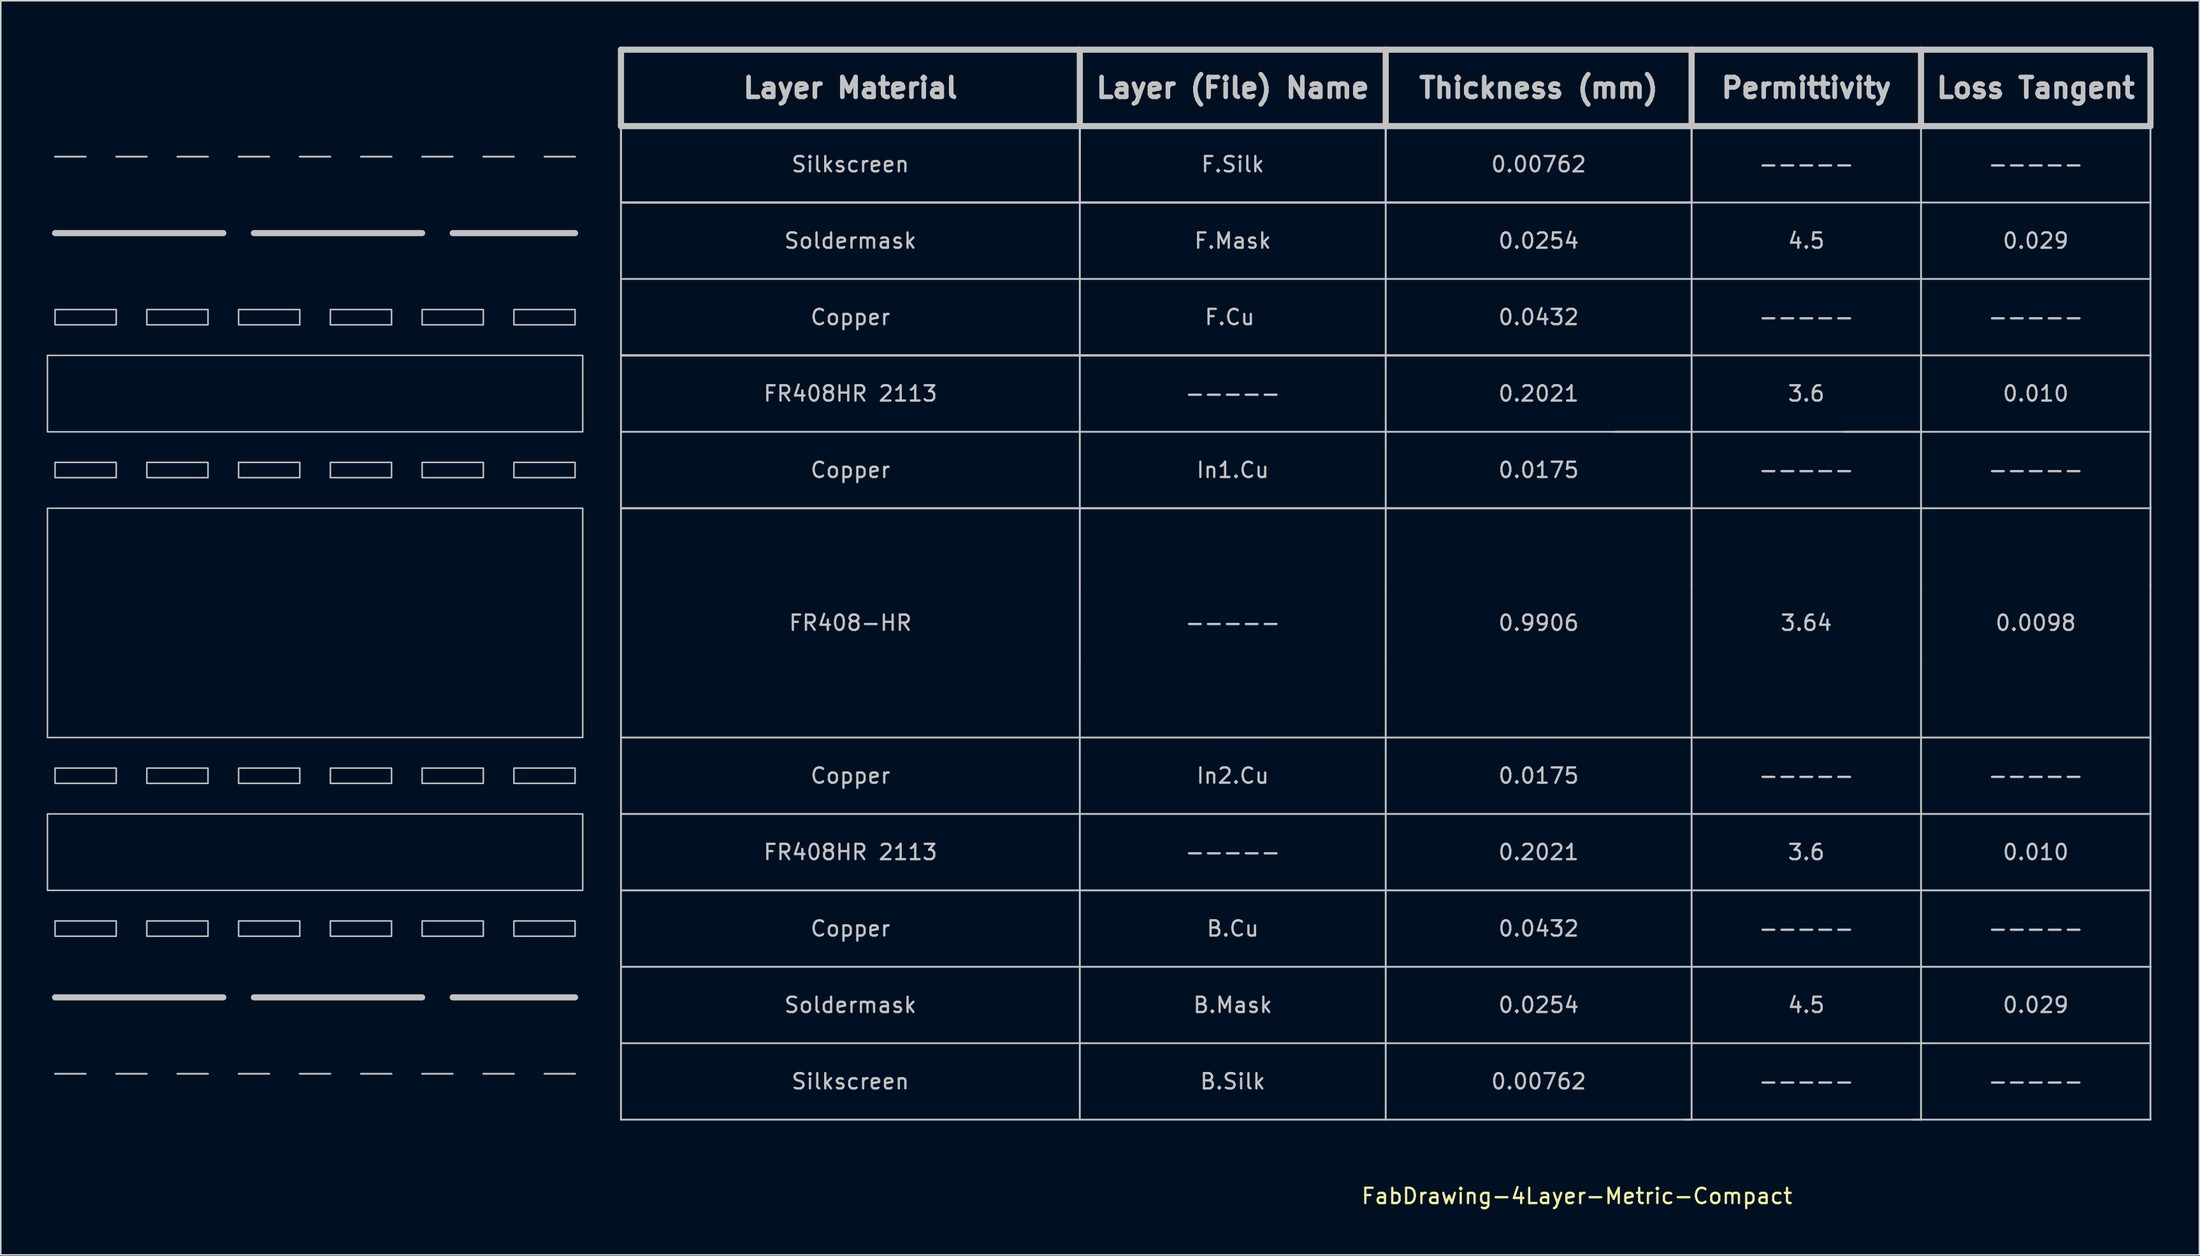
<source format=kicad_pcb>
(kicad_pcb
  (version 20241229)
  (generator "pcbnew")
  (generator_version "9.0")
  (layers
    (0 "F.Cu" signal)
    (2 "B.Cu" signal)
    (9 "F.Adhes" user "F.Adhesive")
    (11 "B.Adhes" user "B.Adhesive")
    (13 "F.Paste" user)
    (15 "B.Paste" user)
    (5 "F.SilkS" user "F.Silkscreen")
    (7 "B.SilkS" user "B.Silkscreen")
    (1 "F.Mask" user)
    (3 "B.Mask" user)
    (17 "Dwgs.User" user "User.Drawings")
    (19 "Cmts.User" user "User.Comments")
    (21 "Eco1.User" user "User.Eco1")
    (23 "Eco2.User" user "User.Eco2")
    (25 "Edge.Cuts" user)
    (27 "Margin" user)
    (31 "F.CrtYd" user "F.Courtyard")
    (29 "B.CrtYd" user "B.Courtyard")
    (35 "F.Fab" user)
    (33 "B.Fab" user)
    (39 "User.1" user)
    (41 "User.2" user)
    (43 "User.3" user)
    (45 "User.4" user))
  (footprint "FabDrawing-4Layer-Metric-Compact"
    (layer "F.Cu")
    (at 37.55 5.2)
    (property "Reference" "FabDrawing-4Layer-Metric-Compact" (at 62.5 70 0) (layer "F.SilkS") (effects (font (size 1 1) (thickness 0.15))))
    (attr through_hole)
    (fp_line (start -37 7) (end -26 7) (stroke (width 0.4) (type solid)) (layer "Dwgs.User"))
    (fp_line (start -37 57) (end -26 57) (stroke (width 0.4) (type solid)) (layer "Dwgs.User"))
    (fp_line (start -35 2) (end -37 2) (stroke (width 0.12) (type solid)) (layer "Dwgs.User"))
    (fp_line (start -35 62) (end -37 62) (stroke (width 0.12) (type solid)) (layer "Dwgs.User"))
    (fp_line (start -31 2) (end -33 2) (stroke (width 0.12) (type solid)) (layer "Dwgs.User"))
    (fp_line (start -31 62) (end -33 62) (stroke (width 0.12) (type solid)) (layer "Dwgs.User"))
    (fp_line (start -27 2) (end -29 2) (stroke (width 0.12) (type solid)) (layer "Dwgs.User"))
    (fp_line (start -27 62) (end -29 62) (stroke (width 0.12) (type solid)) (layer "Dwgs.User"))
    (fp_line (start -24 7) (end -13 7) (stroke (width 0.4) (type solid)) (layer "Dwgs.User"))
    (fp_line (start -24 57) (end -13 57) (stroke (width 0.4) (type solid)) (layer "Dwgs.User"))
    (fp_line (start -23 2) (end -25 2) (stroke (width 0.12) (type solid)) (layer "Dwgs.User"))
    (fp_line (start -23 62) (end -25 62) (stroke (width 0.12) (type solid)) (layer "Dwgs.User"))
    (fp_line (start -19 2) (end -21 2) (stroke (width 0.12) (type solid)) (layer "Dwgs.User"))
    (fp_line (start -19 62) (end -21 62) (stroke (width 0.12) (type solid)) (layer "Dwgs.User"))
    (fp_line (start -15 2) (end -17 2) (stroke (width 0.12) (type solid)) (layer "Dwgs.User"))
    (fp_line (start -15 62) (end -17 62) (stroke (width 0.12) (type solid)) (layer "Dwgs.User"))
    (fp_line (start -11 2) (end -13 2) (stroke (width 0.12) (type solid)) (layer "Dwgs.User"))
    (fp_line (start -11 7) (end -3 7) (stroke (width 0.4) (type solid)) (layer "Dwgs.User"))
    (fp_line (start -11 57) (end -3 57) (stroke (width 0.4) (type solid)) (layer "Dwgs.User"))
    (fp_line (start -11 62) (end -13 62) (stroke (width 0.12) (type solid)) (layer "Dwgs.User"))
    (fp_line (start -7 2) (end -9 2) (stroke (width 0.12) (type solid)) (layer "Dwgs.User"))
    (fp_line (start -7 62) (end -9 62) (stroke (width 0.12) (type solid)) (layer "Dwgs.User"))
    (fp_line (start -3 2) (end -5 2) (stroke (width 0.12) (type solid)) (layer "Dwgs.User"))
    (fp_line (start -3 62) (end -5 62) (stroke (width 0.12) (type solid)) (layer "Dwgs.User"))
    (fp_line (start 0 -5) (end 30 -5) (stroke (width 0.4) (type solid)) (layer "Dwgs.User"))
    (fp_line (start 0 0) (end 0 -5) (stroke (width 0.4) (type solid)) (layer "Dwgs.User"))
    (fp_line (start 0 0) (end 0 5) (stroke (width 0.12) (type solid)) (layer "Dwgs.User"))
    (fp_line (start 0 0) (end 0 5) (stroke (width 0.12) (type solid)) (layer "Dwgs.User"))
    (fp_line (start 0 0) (end 0 5) (stroke (width 0.12) (type solid)) (layer "Dwgs.User"))
    (fp_line (start 0 0) (end 30 0) (stroke (width 0.12) (type solid)) (layer "Dwgs.User"))
    (fp_line (start 0 0) (end 30 0) (stroke (width 0.12) (type solid)) (layer "Dwgs.User"))
    (fp_line (start 0 0) (end 30 0) (stroke (width 0.12) (type solid)) (layer "Dwgs.User"))
    (fp_line (start 0 5) (end 0 10) (stroke (width 0.12) (type solid)) (layer "Dwgs.User"))
    (fp_line (start 0 5) (end 30 5) (stroke (width 0.12) (type solid)) (layer "Dwgs.User"))
    (fp_line (start 0 5) (end 30 5) (stroke (width 0.12) (type solid)) (layer "Dwgs.User"))
    (fp_line (start 0 5) (end 30 5) (stroke (width 0.12) (type solid)) (layer "Dwgs.User"))
    (fp_line (start 0 10) (end 0 15) (stroke (width 0.12) (type solid)) (layer "Dwgs.User"))
    (fp_line (start 0 10) (end 30 10) (stroke (width 0.12) (type solid)) (layer "Dwgs.User"))
    (fp_line (start 0 15) (end 0 20) (stroke (width 0.12) (type solid)) (layer "Dwgs.User"))
    (fp_line (start 0 15) (end 30 15) (stroke (width 0.12) (type solid)) (layer "Dwgs.User"))
    (fp_line (start 0 15) (end 30 15) (stroke (width 0.12) (type solid)) (layer "Dwgs.User"))
    (fp_line (start 0 15) (end 30 15) (stroke (width 0.12) (type solid)) (layer "Dwgs.User"))
    (fp_line (start 0 20) (end 0 25) (stroke (width 0.12) (type solid)) (layer "Dwgs.User"))
    (fp_line (start 0 20) (end 30 20) (stroke (width 0.12) (type solid)) (layer "Dwgs.User"))
    (fp_line (start 0 25) (end 0 30) (stroke (width 0.12) (type solid)) (layer "Dwgs.User"))
    (fp_line (start 0 25) (end 30 25) (stroke (width 0.12) (type solid)) (layer "Dwgs.User"))
    (fp_line (start 0 25) (end 30 25) (stroke (width 0.12) (type solid)) (layer "Dwgs.User"))
    (fp_line (start 0 30) (end 0 35) (stroke (width 0.12) (type solid)) (layer "Dwgs.User"))
    (fp_line (start 0 35) (end 0 40) (stroke (width 0.12) (type solid)) (layer "Dwgs.User"))
    (fp_line (start 0 40) (end 0 45) (stroke (width 0.12) (type solid)) (layer "Dwgs.User"))
    (fp_line (start 0 40) (end 30 40) (stroke (width 0.12) (type solid)) (layer "Dwgs.User"))
    (fp_line (start 0 45) (end 0 50) (stroke (width 0.12) (type solid)) (layer "Dwgs.User"))
    (fp_line (start 0 45) (end 30 45) (stroke (width 0.12) (type solid)) (layer "Dwgs.User"))
    (fp_line (start 0 50) (end 0 55) (stroke (width 0.12) (type solid)) (layer "Dwgs.User"))
    (fp_line (start 0 50) (end 30 50) (stroke (width 0.12) (type solid)) (layer "Dwgs.User"))
    (fp_line (start 0 55) (end 0 60) (stroke (width 0.12) (type solid)) (layer "Dwgs.User"))
    (fp_line (start 0 55) (end 30 55) (stroke (width 0.12) (type solid)) (layer "Dwgs.User"))
    (fp_line (start 0 60) (end 0 65) (stroke (width 0.12) (type solid)) (layer "Dwgs.User"))
    (fp_line (start 0 60) (end 30 60) (stroke (width 0.12) (type solid)) (layer "Dwgs.User"))
    (fp_line (start 0 65) (end 30 65) (stroke (width 0.12) (type solid)) (layer "Dwgs.User"))
    (fp_line (start 30 -5) (end 30 0) (stroke (width 0.4) (type solid)) (layer "Dwgs.User"))
    (fp_line (start 30 0) (end 0 0) (stroke (width 0.4) (type solid)) (layer "Dwgs.User"))
    (fp_line (start 30 0) (end 30 5) (stroke (width 0.12) (type solid)) (layer "Dwgs.User"))
    (fp_line (start 30 0) (end 30 5) (stroke (width 0.12) (type solid)) (layer "Dwgs.User"))
    (fp_line (start 30 0) (end 30 5) (stroke (width 0.12) (type solid)) (layer "Dwgs.User"))
    (fp_line (start 30 0) (end 50 0) (stroke (width 0.12) (type solid)) (layer "Dwgs.User"))
    (fp_line (start 30 0) (end 50 0) (stroke (width 0.12) (type solid)) (layer "Dwgs.User"))
    (fp_line (start 30 0) (end 50 0) (stroke (width 0.12) (type solid)) (layer "Dwgs.User"))
    (fp_line (start 30 0) (end 50 0) (stroke (width 0.4) (type solid)) (layer "Dwgs.User"))
    (fp_line (start 30 5) (end 30 10) (stroke (width 0.12) (type solid)) (layer "Dwgs.User"))
    (fp_line (start 30 10) (end 30 15) (stroke (width 0.12) (type solid)) (layer "Dwgs.User"))
    (fp_line (start 30 10) (end 50 10) (stroke (width 0.12) (type solid)) (layer "Dwgs.User"))
    (fp_line (start 30 15) (end 30 20) (stroke (width 0.12) (type solid)) (layer "Dwgs.User"))
    (fp_line (start 30 20) (end 30 25) (stroke (width 0.12) (type solid)) (layer "Dwgs.User"))
    (fp_line (start 30 20) (end 50 20) (stroke (width 0.12) (type solid)) (layer "Dwgs.User"))
    (fp_line (start 30 25) (end 50 25) (stroke (width 0.12) (type solid)) (layer "Dwgs.User"))
    (fp_line (start 30 30) (end 30 25) (stroke (width 0.12) (type solid)) (layer "Dwgs.User"))
    (fp_line (start 30 35) (end 30 30) (stroke (width 0.12) (type solid)) (layer "Dwgs.User"))
    (fp_line (start 30 40) (end 30 35) (stroke (width 0.12) (type solid)) (layer "Dwgs.User"))
    (fp_line (start 30 40) (end 30 45) (stroke (width 0.12) (type solid)) (layer "Dwgs.User"))
    (fp_line (start 30 40) (end 50 40) (stroke (width 0.12) (type solid)) (layer "Dwgs.User"))
    (fp_line (start 30 45) (end 50 45) (stroke (width 0.12) (type solid)) (layer "Dwgs.User"))
    (fp_line (start 30 50) (end 30 45) (stroke (width 0.12) (type solid)) (layer "Dwgs.User"))
    (fp_line (start 30 50) (end 50 50) (stroke (width 0.12) (type solid)) (layer "Dwgs.User"))
    (fp_line (start 30 55) (end 30 50) (stroke (width 0.12) (type solid)) (layer "Dwgs.User"))
    (fp_line (start 30 60) (end 30 55) (stroke (width 0.12) (type solid)) (layer "Dwgs.User"))
    (fp_line (start 30 60) (end 50 60) (stroke (width 0.12) (type solid)) (layer "Dwgs.User"))
    (fp_line (start 30 65) (end 30 60) (stroke (width 0.12) (type solid)) (layer "Dwgs.User"))
    (fp_line (start 30 65) (end 50 65) (stroke (width 0.12) (type solid)) (layer "Dwgs.User"))
    (fp_line (start 50 -5) (end 30 -5) (stroke (width 0.4) (type solid)) (layer "Dwgs.User"))
    (fp_line (start 50 -5) (end 70 -5) (stroke (width 0.4) (type solid)) (layer "Dwgs.User"))
    (fp_line (start 50 0) (end 50 -5) (stroke (width 0.4) (type solid)) (layer "Dwgs.User"))
    (fp_line (start 50 0) (end 50 5) (stroke (width 0.12) (type solid)) (layer "Dwgs.User"))
    (fp_line (start 50 0) (end 50 5) (stroke (width 0.12) (type solid)) (layer "Dwgs.User"))
    (fp_line (start 50 0) (end 50 5) (stroke (width 0.12) (type solid)) (layer "Dwgs.User"))
    (fp_line (start 50 5) (end 30 5) (stroke (width 0.12) (type solid)) (layer "Dwgs.User"))
    (fp_line (start 50 5) (end 30 5) (stroke (width 0.12) (type solid)) (layer "Dwgs.User"))
    (fp_line (start 50 5) (end 30 5) (stroke (width 0.12) (type solid)) (layer "Dwgs.User"))
    (fp_line (start 50 5) (end 50 10) (stroke (width 0.12) (type solid)) (layer "Dwgs.User"))
    (fp_line (start 50 5) (end 70 5) (stroke (width 0.12) (type solid)) (layer "Dwgs.User"))
    (fp_line (start 50 5) (end 70 5) (stroke (width 0.12) (type solid)) (layer "Dwgs.User"))
    (fp_line (start 50 5) (end 70 5) (stroke (width 0.12) (type solid)) (layer "Dwgs.User"))
    (fp_line (start 50 10) (end 50 15) (stroke (width 0.12) (type solid)) (layer "Dwgs.User"))
    (fp_line (start 50 15) (end 30 15) (stroke (width 0.12) (type solid)) (layer "Dwgs.User"))
    (fp_line (start 50 15) (end 30 15) (stroke (width 0.12) (type solid)) (layer "Dwgs.User"))
    (fp_line (start 50 15) (end 30 15) (stroke (width 0.12) (type solid)) (layer "Dwgs.User"))
    (fp_line (start 50 15) (end 50 20) (stroke (width 0.12) (type solid)) (layer "Dwgs.User"))
    (fp_line (start 50 15) (end 70 15) (stroke (width 0.12) (type solid)) (layer "Dwgs.User"))
    (fp_line (start 50 15) (end 70 15) (stroke (width 0.12) (type solid)) (layer "Dwgs.User"))
    (fp_line (start 50 15) (end 70 15) (stroke (width 0.12) (type solid)) (layer "Dwgs.User"))
    (fp_line (start 50 20) (end 70 20) (stroke (width 0.12) (type solid)) (layer "Dwgs.User"))
    (fp_line (start 50 25) (end 30 25) (stroke (width 0.12) (type solid)) (layer "Dwgs.User"))
    (fp_line (start 50 25) (end 50 20) (stroke (width 0.12) (type solid)) (layer "Dwgs.User"))
    (fp_line (start 50 25) (end 70 25) (stroke (width 0.12) (type solid)) (layer "Dwgs.User"))
    (fp_line (start 50 25) (end 70 25) (stroke (width 0.12) (type solid)) (layer "Dwgs.User"))
    (fp_line (start 50 30) (end 50 25) (stroke (width 0.12) (type solid)) (layer "Dwgs.User"))
    (fp_line (start 50 35) (end 50 30) (stroke (width 0.12) (type solid)) (layer "Dwgs.User"))
    (fp_line (start 50 35) (end 50 40) (stroke (width 0.12) (type solid)) (layer "Dwgs.User"))
    (fp_line (start 50 40) (end 70 40) (stroke (width 0.12) (type solid)) (layer "Dwgs.User"))
    (fp_line (start 50 45) (end 50 40) (stroke (width 0.12) (type solid)) (layer "Dwgs.User"))
    (fp_line (start 50 45) (end 50 50) (stroke (width 0.12) (type solid)) (layer "Dwgs.User"))
    (fp_line (start 50 45) (end 70 45) (stroke (width 0.12) (type solid)) (layer "Dwgs.User"))
    (fp_line (start 50 50) (end 50 55) (stroke (width 0.12) (type solid)) (layer "Dwgs.User"))
    (fp_line (start 50 50) (end 70 50) (stroke (width 0.12) (type solid)) (layer "Dwgs.User"))
    (fp_line (start 50 55) (end 30 55) (stroke (width 0.12) (type solid)) (layer "Dwgs.User"))
    (fp_line (start 50 60) (end 50 55) (stroke (width 0.12) (type solid)) (layer "Dwgs.User"))
    (fp_line (start 50 60) (end 70 60) (stroke (width 0.12) (type solid)) (layer "Dwgs.User"))
    (fp_line (start 50 65) (end 50 60) (stroke (width 0.12) (type solid)) (layer "Dwgs.User"))
    (fp_line (start 50 65) (end 70 65) (stroke (width 0.12) (type solid)) (layer "Dwgs.User"))
    (fp_line (start 65 20) (end 85 20) (stroke (width 0.12) (type solid)) (layer "Dwgs.User"))
    (fp_line (start 69.5 65) (end 85 65) (stroke (width 0.12) (type solid)) (layer "Dwgs.User"))
    (fp_line (start 70 -5) (end 70 0) (stroke (width 0.4) (type solid)) (layer "Dwgs.User"))
    (fp_line (start 70 0) (end 50 0) (stroke (width 0.12) (type solid)) (layer "Dwgs.User"))
    (fp_line (start 70 0) (end 50 0) (stroke (width 0.12) (type solid)) (layer "Dwgs.User"))
    (fp_line (start 70 0) (end 50 0) (stroke (width 0.12) (type solid)) (layer "Dwgs.User"))
    (fp_line (start 70 0) (end 50 0) (stroke (width 0.4) (type solid)) (layer "Dwgs.User"))
    (fp_line (start 70 0) (end 70 5) (stroke (width 0.12) (type solid)) (layer "Dwgs.User"))
    (fp_line (start 70 0) (end 70 5) (stroke (width 0.12) (type solid)) (layer "Dwgs.User"))
    (fp_line (start 70 0) (end 70 5) (stroke (width 0.12) (type solid)) (layer "Dwgs.User"))
    (fp_line (start 70 0) (end 85 0) (stroke (width 0.4) (type solid)) (layer "Dwgs.User"))
    (fp_line (start 70 5) (end 70 10) (stroke (width 0.12) (type solid)) (layer "Dwgs.User"))
    (fp_line (start 70 5) (end 85 5) (stroke (width 0.12) (type solid)) (layer "Dwgs.User"))
    (fp_line (start 70 10) (end 50 10) (stroke (width 0.12) (type solid)) (layer "Dwgs.User"))
    (fp_line (start 70 10) (end 70 15) (stroke (width 0.12) (type solid)) (layer "Dwgs.User"))
    (fp_line (start 70 10) (end 85 10) (stroke (width 0.12) (type solid)) (layer "Dwgs.User"))
    (fp_line (start 70 15) (end 70 20) (stroke (width 0.12) (type solid)) (layer "Dwgs.User"))
    (fp_line (start 70 15) (end 85 15) (stroke (width 0.12) (type solid)) (layer "Dwgs.User"))
    (fp_line (start 70 25) (end 70 20) (stroke (width 0.12) (type solid)) (layer "Dwgs.User"))
    (fp_line (start 70 25) (end 85 25) (stroke (width 0.12) (type solid)) (layer "Dwgs.User"))
    (fp_line (start 70 30) (end 70 25) (stroke (width 0.12) (type solid)) (layer "Dwgs.User"))
    (fp_line (start 70 35) (end 70 30) (stroke (width 0.12) (type solid)) (layer "Dwgs.User"))
    (fp_line (start 70 40) (end 70 35) (stroke (width 0.12) (type solid)) (layer "Dwgs.User"))
    (fp_line (start 70 40) (end 85 40) (stroke (width 0.12) (type solid)) (layer "Dwgs.User"))
    (fp_line (start 70 45) (end 70 40) (stroke (width 0.12) (type solid)) (layer "Dwgs.User"))
    (fp_line (start 70 45) (end 85 45) (stroke (width 0.12) (type solid)) (layer "Dwgs.User"))
    (fp_line (start 70 50) (end 70 45) (stroke (width 0.12) (type solid)) (layer "Dwgs.User"))
    (fp_line (start 70 50) (end 70 55) (stroke (width 0.12) (type solid)) (layer "Dwgs.User"))
    (fp_line (start 70 50) (end 85 50) (stroke (width 0.12) (type solid)) (layer "Dwgs.User"))
    (fp_line (start 70 55) (end 50 55) (stroke (width 0.12) (type solid)) (layer "Dwgs.User"))
    (fp_line (start 70 60) (end 70 55) (stroke (width 0.12) (type solid)) (layer "Dwgs.User"))
    (fp_line (start 70 60) (end 85 60) (stroke (width 0.12) (type solid)) (layer "Dwgs.User"))
    (fp_line (start 70 65) (end 70 60) (stroke (width 0.12) (type solid)) (layer "Dwgs.User"))
    (fp_line (start 80 20) (end 100 20) (stroke (width 0.12) (type solid)) (layer "Dwgs.User"))
    (fp_line (start 84.5 65) (end 100 65) (stroke (width 0.12) (type solid)) (layer "Dwgs.User"))
    (fp_line (start 85 -5) (end 70 -5) (stroke (width 0.4) (type solid)) (layer "Dwgs.User"))
    (fp_line (start 85 0) (end 85 -5) (stroke (width 0.4) (type solid)) (layer "Dwgs.User"))
    (fp_line (start 85 0) (end 85 5) (stroke (width 0.12) (type solid)) (layer "Dwgs.User"))
    (fp_line (start 85 0) (end 100 0) (stroke (width 0.4) (type solid)) (layer "Dwgs.User"))
    (fp_line (start 85 5) (end 85 10) (stroke (width 0.12) (type solid)) (layer "Dwgs.User"))
    (fp_line (start 85 5) (end 100 5) (stroke (width 0.12) (type solid)) (layer "Dwgs.User"))
    (fp_line (start 85 10) (end 85 15) (stroke (width 0.12) (type solid)) (layer "Dwgs.User"))
    (fp_line (start 85 10) (end 100 10) (stroke (width 0.12) (type solid)) (layer "Dwgs.User"))
    (fp_line (start 85 15) (end 85 20) (stroke (width 0.12) (type solid)) (layer "Dwgs.User"))
    (fp_line (start 85 15) (end 100 15) (stroke (width 0.12) (type solid)) (layer "Dwgs.User"))
    (fp_line (start 85 25) (end 85 20) (stroke (width 0.12) (type solid)) (layer "Dwgs.User"))
    (fp_line (start 85 25) (end 100 25) (stroke (width 0.12) (type solid)) (layer "Dwgs.User"))
    (fp_line (start 85 30) (end 85 25) (stroke (width 0.12) (type solid)) (layer "Dwgs.User"))
    (fp_line (start 85 35) (end 85 30) (stroke (width 0.12) (type solid)) (layer "Dwgs.User"))
    (fp_line (start 85 40) (end 85 35) (stroke (width 0.12) (type solid)) (layer "Dwgs.User"))
    (fp_line (start 85 40) (end 85 45) (stroke (width 0.12) (type solid)) (layer "Dwgs.User"))
    (fp_line (start 85 40) (end 100 40) (stroke (width 0.12) (type solid)) (layer "Dwgs.User"))
    (fp_line (start 85 45) (end 100 45) (stroke (width 0.12) (type solid)) (layer "Dwgs.User"))
    (fp_line (start 85 50) (end 85 45) (stroke (width 0.12) (type solid)) (layer "Dwgs.User"))
    (fp_line (start 85 50) (end 85 55) (stroke (width 0.12) (type solid)) (layer "Dwgs.User"))
    (fp_line (start 85 50) (end 100 50) (stroke (width 0.12) (type solid)) (layer "Dwgs.User"))
    (fp_line (start 85 55) (end 70 55) (stroke (width 0.12) (type solid)) (layer "Dwgs.User"))
    (fp_line (start 85 60) (end 85 55) (stroke (width 0.12) (type solid)) (layer "Dwgs.User"))
    (fp_line (start 85 60) (end 100 60) (stroke (width 0.12) (type solid)) (layer "Dwgs.User"))
    (fp_line (start 85 65) (end 85 60) (stroke (width 0.12) (type solid)) (layer "Dwgs.User"))
    (fp_line (start 100 -5) (end 85 -5) (stroke (width 0.4) (type solid)) (layer "Dwgs.User"))
    (fp_line (start 100 0) (end 100 -5) (stroke (width 0.4) (type solid)) (layer "Dwgs.User"))
    (fp_line (start 100 0) (end 100 5) (stroke (width 0.12) (type solid)) (layer "Dwgs.User"))
    (fp_line (start 100 5) (end 100 10) (stroke (width 0.12) (type solid)) (layer "Dwgs.User"))
    (fp_line (start 100 10) (end 100 15) (stroke (width 0.12) (type solid)) (layer "Dwgs.User"))
    (fp_line (start 100 15) (end 100 20) (stroke (width 0.12) (type solid)) (layer "Dwgs.User"))
    (fp_line (start 100 25) (end 100 20) (stroke (width 0.12) (type solid)) (layer "Dwgs.User"))
    (fp_line (start 100 30) (end 100 25) (stroke (width 0.12) (type solid)) (layer "Dwgs.User"))
    (fp_line (start 100 35) (end 100 30) (stroke (width 0.12) (type solid)) (layer "Dwgs.User"))
    (fp_line (start 100 40) (end 100 35) (stroke (width 0.12) (type solid)) (layer "Dwgs.User"))
    (fp_line (start 100 40) (end 100 45) (stroke (width 0.12) (type solid)) (layer "Dwgs.User"))
    (fp_line (start 100 50) (end 100 45) (stroke (width 0.12) (type solid)) (layer "Dwgs.User"))
    (fp_line (start 100 50) (end 100 55) (stroke (width 0.12) (type solid)) (layer "Dwgs.User"))
    (fp_line (start 100 55) (end 85 55) (stroke (width 0.12) (type solid)) (layer "Dwgs.User"))
    (fp_line (start 100 60) (end 100 55) (stroke (width 0.12) (type solid)) (layer "Dwgs.User"))
    (fp_line (start 100 65) (end 100 60) (stroke (width 0.12) (type solid)) (layer "Dwgs.User"))
    (fp_poly (pts (xy -33 13) (xy -37 13) (xy -37 12) (xy -33 12)) (stroke (width 0.1) (type solid)) (fill no) (layer "Dwgs.User"))
    (fp_poly (pts (xy -33 23) (xy -37 23) (xy -37 22) (xy -33 22)) (stroke (width 0.1) (type solid)) (fill no) (layer "Dwgs.User"))
    (fp_poly (pts (xy -33 43) (xy -37 43) (xy -37 42) (xy -33 42)) (stroke (width 0.1) (type solid)) (fill no) (layer "Dwgs.User"))
    (fp_poly (pts (xy -33 53) (xy -37 53) (xy -37 52) (xy -33 52)) (stroke (width 0.1) (type solid)) (fill no) (layer "Dwgs.User"))
    (fp_poly (pts (xy -27 13) (xy -31 13) (xy -31 12) (xy -27 12)) (stroke (width 0.1) (type solid)) (fill no) (layer "Dwgs.User"))
    (fp_poly (pts (xy -27 23) (xy -31 23) (xy -31 22) (xy -27 22)) (stroke (width 0.1) (type solid)) (fill no) (layer "Dwgs.User"))
    (fp_poly (pts (xy -27 43) (xy -31 43) (xy -31 42) (xy -27 42)) (stroke (width 0.1) (type solid)) (fill no) (layer "Dwgs.User"))
    (fp_poly (pts (xy -27 53) (xy -31 53) (xy -31 52) (xy -27 52)) (stroke (width 0.1) (type solid)) (fill no) (layer "Dwgs.User"))
    (fp_poly (pts (xy -21 13) (xy -25 13) (xy -25 12) (xy -21 12)) (stroke (width 0.1) (type solid)) (fill no) (layer "Dwgs.User"))
    (fp_poly (pts (xy -21 23) (xy -25 23) (xy -25 22) (xy -21 22)) (stroke (width 0.1) (type solid)) (fill no) (layer "Dwgs.User"))
    (fp_poly (pts (xy -21 43) (xy -25 43) (xy -25 42) (xy -21 42)) (stroke (width 0.1) (type solid)) (fill no) (layer "Dwgs.User"))
    (fp_poly (pts (xy -21 53) (xy -25 53) (xy -25 52) (xy -21 52)) (stroke (width 0.1) (type solid)) (fill no) (layer "Dwgs.User"))
    (fp_poly (pts (xy -15 13) (xy -19 13) (xy -19 12) (xy -15 12)) (stroke (width 0.1) (type solid)) (fill no) (layer "Dwgs.User"))
    (fp_poly (pts (xy -15 23) (xy -19 23) (xy -19 22) (xy -15 22)) (stroke (width 0.1) (type solid)) (fill no) (layer "Dwgs.User"))
    (fp_poly (pts (xy -15 43) (xy -19 43) (xy -19 42) (xy -15 42)) (stroke (width 0.1) (type solid)) (fill no) (layer "Dwgs.User"))
    (fp_poly (pts (xy -15 53) (xy -19 53) (xy -19 52) (xy -15 52)) (stroke (width 0.1) (type solid)) (fill no) (layer "Dwgs.User"))
    (fp_poly (pts (xy -9 13) (xy -13 13) (xy -13 12) (xy -9 12)) (stroke (width 0.1) (type solid)) (fill no) (layer "Dwgs.User"))
    (fp_poly (pts (xy -9 23) (xy -13 23) (xy -13 22) (xy -9 22)) (stroke (width 0.1) (type solid)) (fill no) (layer "Dwgs.User"))
    (fp_poly (pts (xy -9 43) (xy -13 43) (xy -13 42) (xy -9 42)) (stroke (width 0.1) (type solid)) (fill no) (layer "Dwgs.User"))
    (fp_poly (pts (xy -9 53) (xy -13 53) (xy -13 52) (xy -9 52)) (stroke (width 0.1) (type solid)) (fill no) (layer "Dwgs.User"))
    (fp_poly (pts (xy -3 13) (xy -7 13) (xy -7 12) (xy -3 12)) (stroke (width 0.1) (type solid)) (fill no) (layer "Dwgs.User"))
    (fp_poly (pts (xy -3 23) (xy -7 23) (xy -7 22) (xy -3 22)) (stroke (width 0.1) (type solid)) (fill no) (layer "Dwgs.User"))
    (fp_poly (pts (xy -3 43) (xy -7 43) (xy -7 42) (xy -3 42)) (stroke (width 0.1) (type solid)) (fill no) (layer "Dwgs.User"))
    (fp_poly (pts (xy -3 53) (xy -7 53) (xy -7 52) (xy -3 52)) (stroke (width 0.1) (type solid)) (fill no) (layer "Dwgs.User"))
    (fp_poly (pts (xy -2.5 20) (xy -37.5 20) (xy -37.5 15) (xy -2.5 15)) (stroke (width 0.1) (type solid)) (fill no) (layer "Dwgs.User"))
    (fp_poly (pts (xy -2.5 40) (xy -37.5 40) (xy -37.5 25) (xy -2.5 25)) (stroke (width 0.1) (type solid)) (fill no) (layer "Dwgs.User"))
    (fp_poly (pts (xy -2.5 50) (xy -37.5 50) (xy -37.5 45) (xy -2.5 45)) (stroke (width 0.1) (type solid)) (fill no) (layer "Dwgs.User"))
    (fp_text user "-----" (at 40 32.5 0) (layer "Dwgs.User") (effects (font (size 1 1) (thickness 0.15))))
    (fp_text user "3.64" (at 77.5 32.5 0) (layer "Dwgs.User") (effects (font (size 1 1) (thickness 0.15))))
    (fp_text user "FR408-HR" (at 15 32.5 0) (layer "Dwgs.User") (effects (font (size 1 1) (thickness 0.15))))
    (fp_text user "Copper" (at 15 52.5 0) (layer "Dwgs.User") (effects (font (size 1 1) (thickness 0.15))))
    (fp_text user "B.Silk" (at 40 62.5 0) (layer "Dwgs.User") (effects (font (size 1 1) (thickness 0.15))))
    (fp_text user "-----" (at 77.5 62.5 0) (layer "Dwgs.User") (effects (font (size 1 1) (thickness 0.15))))
    (fp_text user "4.5" (at 77.5 7.5 0) (layer "Dwgs.User") (effects (font (size 1 1) (thickness 0.15))))
    (fp_text user "Copper" (at 15 12.5 0) (layer "Dwgs.User") (effects (font (size 1 1) (thickness 0.15))))
    (fp_text user "-----" (at 40 47.5 0) (layer "Dwgs.User") (effects (font (size 1 1) (thickness 0.15))))
    (fp_text user "-----" (at 77.5 52.5 0) (layer "Dwgs.User") (effects (font (size 1 1) (thickness 0.15))))
    (fp_text user "In1.Cu" (at 40 22.5 0) (layer "Dwgs.User") (effects (font (size 1 1) (thickness 0.15))))
    (fp_text user "Soldermask" (at 15 7.5 0) (layer "Dwgs.User") (effects (font (size 1 1) (thickness 0.15))))
    (fp_text user "0.00762" (at 60 62.5 0) (layer "Dwgs.User") (effects (font (size 1 1) (thickness 0.15))))
    (fp_text user "In2.Cu" (at 40 42.5 0) (layer "Dwgs.User") (effects (font (size 1 1) (thickness 0.15))))
    (fp_text user "F.Silk" (at 40 2.5 0) (layer "Dwgs.User") (effects (font (size 1 1) (thickness 0.15))))
    (fp_text user "Copper" (at 15 42.5 0) (layer "Dwgs.User") (effects (font (size 1 1) (thickness 0.15))))
    (fp_text user "Silkscreen" (at 15 2.5 0) (layer "Dwgs.User") (effects (font (size 1 1) (thickness 0.15))))
    (fp_text user "0.0432" (at 60 52.5 0) (layer "Dwgs.User") (effects (font (size 1 1) (thickness 0.15))))
    (fp_text user "0.0432" (at 60 12.5 0) (layer "Dwgs.User") (effects (font (size 1 1) (thickness 0.15))))
    (fp_text user "0.9906" (at 60 32.5 0) (layer "Dwgs.User") (effects (font (size 1 1) (thickness 0.15))))
    (fp_text user "0.0254" (at 60 57.5 0) (layer "Dwgs.User") (effects (font (size 1 1) (thickness 0.15))))
    (fp_text user "-----" (at 40 17.5 0) (layer "Dwgs.User") (effects (font (size 1 1) (thickness 0.15))))
    (fp_text user "-----" (at 92.5 22.5 0) (layer "Dwgs.User") (effects (font (size 1 1) (thickness 0.15))))
    (fp_text user "0.010" (at 92.5 47.5 0) (layer "Dwgs.User") (effects (font (size 1 1) (thickness 0.15))))
    (fp_text user "FR408HR 2113" (at 15 47.5 0) (layer "Dwgs.User") (effects (font (size 1 1) (thickness 0.15))))
    (fp_text user "Permittivity" (at 77.5 -2.5 0) (layer "Dwgs.User") (effects (font (size 1.3 1.3) (thickness 0.3))))
    (fp_text user "FR408HR 2113" (at 15 17.5 0) (layer "Dwgs.User") (effects (font (size 1 1) (thickness 0.15))))
    (fp_text user "-----" (at 92.5 12.5 0) (layer "Dwgs.User") (effects (font (size 1 1) (thickness 0.15))))
    (fp_text user "0.029" (at 92.5 57.5 0) (layer "Dwgs.User") (effects (font (size 1 1) (thickness 0.15))))
    (fp_text user "Silkscreen" (at 15 62.5 0) (layer "Dwgs.User") (effects (font (size 1 1) (thickness 0.15))))
    (fp_text user "0.0175" (at 60 22.5 0) (layer "Dwgs.User") (effects (font (size 1 1) (thickness 0.15))))
    (fp_text user "Layer Material" (at 15 -2.5 0) (layer "Dwgs.User") (effects (font (size 1.3 1.3) (thickness 0.3))))
    (fp_text user "Copper" (at 15 22.5 0) (layer "Dwgs.User") (effects (font (size 1 1) (thickness 0.15))))
    (fp_text user "0.2021" (at 60 47.5 0) (layer "Dwgs.User") (effects (font (size 1 1) (thickness 0.15))))
    (fp_text user "F.Mask" (at 40 7.5 0) (layer "Dwgs.User") (effects (font (size 1 1) (thickness 0.15))))
    (fp_text user "F.Cu" (at 39.8 12.5 0) (layer "Dwgs.User") (effects (font (size 1 1) (thickness 0.15))))
    (fp_text user "-----" (at 92.5 2.5 0) (layer "Dwgs.User") (effects (font (size 1 1) (thickness 0.15))))
    (fp_text user "-----" (at 77.5 12.5 0) (layer "Dwgs.User") (effects (font (size 1 1) (thickness 0.15))))
    (fp_text user "0.0098" (at 92.5 32.5 0) (layer "Dwgs.User") (effects (font (size 1 1) (thickness 0.15))))
    (fp_text user "Loss Tangent" (at 92.5 -2.5 0) (layer "Dwgs.User") (effects (font (size 1.3 1.3) (thickness 0.3))))
    (fp_text user "-----" (at 92.5 52.5 0) (layer "Dwgs.User") (effects (font (size 1 1) (thickness 0.15))))
    (fp_text user "3.6" (at 77.5 47.5 0) (layer "Dwgs.User") (effects (font (size 1 1) (thickness 0.15))))
    (fp_text user "Layer (File) Name" (at 40 -2.5 0) (layer "Dwgs.User") (effects (font (size 1.3 1.3) (thickness 0.3))))
    (fp_text user "-----" (at 77.5 42.5 0) (layer "Dwgs.User") (effects (font (size 1 1) (thickness 0.15))))
    (fp_text user "4.5" (at 77.5 57.5 0) (layer "Dwgs.User") (effects (font (size 1 1) (thickness 0.15))))
    (fp_text user "0.0175" (at 60 42.5 0) (layer "Dwgs.User") (effects (font (size 1 1) (thickness 0.15))))
    (fp_text user "B.Cu" (at 40 52.5 0) (layer "Dwgs.User") (effects (font (size 1 1) (thickness 0.15))))
    (fp_text user "3.6" (at 77.5 17.5 0) (layer "Dwgs.User") (effects (font (size 1 1) (thickness 0.15))))
    (fp_text user "0.00762" (at 60 2.5 0) (layer "Dwgs.User") (effects (font (size 1 1) (thickness 0.15))))
    (fp_text user "-----" (at 77.5 2.5 0) (layer "Dwgs.User") (effects (font (size 1 1) (thickness 0.15))))
    (fp_text user "B.Mask" (at 40 57.5 0) (layer "Dwgs.User") (effects (font (size 1 1) (thickness 0.15))))
    (fp_text user "-----" (at 77.5 22.5 0) (layer "Dwgs.User") (effects (font (size 1 1) (thickness 0.15))))
    (fp_text user "-----" (at 92.5 42.5 0) (layer "Dwgs.User") (effects (font (size 1 1) (thickness 0.15))))
    (fp_text user "0.029" (at 92.5 7.5 0) (layer "Dwgs.User") (effects (font (size 1 1) (thickness 0.15))))
    (fp_text user "0.2021" (at 60 17.5 0) (layer "Dwgs.User") (effects (font (size 1 1) (thickness 0.15))))
    (fp_text user "0.0254" (at 60 7.5 0) (layer "Dwgs.User") (effects (font (size 1 1) (thickness 0.15))))
    (fp_text user "Thickness (mm)" (at 60 -2.5 0) (layer "Dwgs.User") (effects (font (size 1.3 1.3) (thickness 0.3))))
    (fp_text user "0.010" (at 92.5 17.5 0) (layer "Dwgs.User") (effects (font (size 1 1) (thickness 0.15))))
    (fp_text user "-----" (at 92.5 62.5 0) (layer "Dwgs.User") (effects (font (size 1 1) (thickness 0.15))))
    (fp_text user "Soldermask" (at 15 57.5 0) (layer "Dwgs.User") (effects (font (size 1 1) (thickness 0.15)))))
  (gr_rect
    (start -3 -3)
    (end 140.75 79.048)
    (stroke (width 0.1) (type default))
    (fill no)
    (layer "Edge.Cuts")))
</source>
